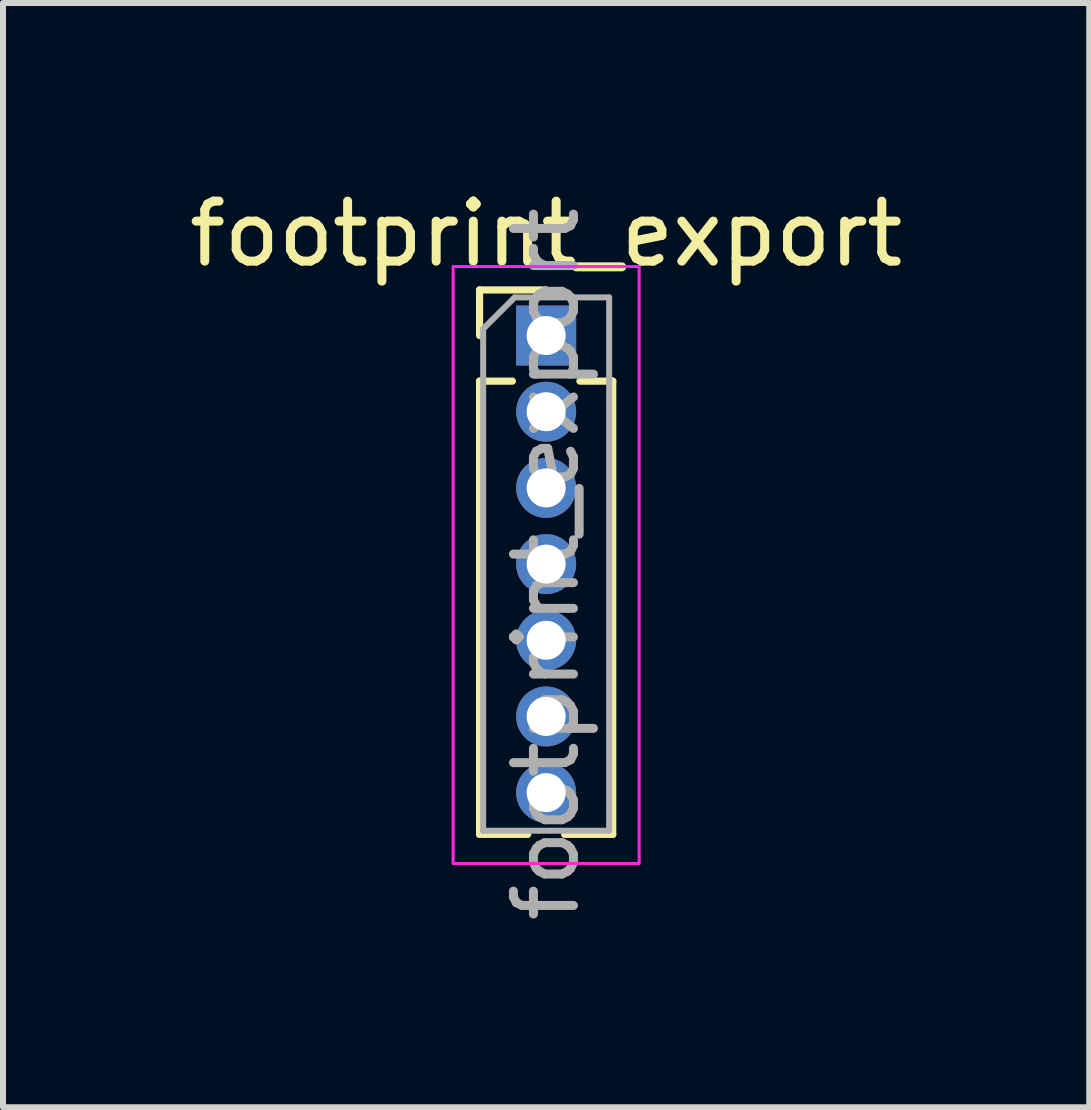
<source format=kicad_pcb>
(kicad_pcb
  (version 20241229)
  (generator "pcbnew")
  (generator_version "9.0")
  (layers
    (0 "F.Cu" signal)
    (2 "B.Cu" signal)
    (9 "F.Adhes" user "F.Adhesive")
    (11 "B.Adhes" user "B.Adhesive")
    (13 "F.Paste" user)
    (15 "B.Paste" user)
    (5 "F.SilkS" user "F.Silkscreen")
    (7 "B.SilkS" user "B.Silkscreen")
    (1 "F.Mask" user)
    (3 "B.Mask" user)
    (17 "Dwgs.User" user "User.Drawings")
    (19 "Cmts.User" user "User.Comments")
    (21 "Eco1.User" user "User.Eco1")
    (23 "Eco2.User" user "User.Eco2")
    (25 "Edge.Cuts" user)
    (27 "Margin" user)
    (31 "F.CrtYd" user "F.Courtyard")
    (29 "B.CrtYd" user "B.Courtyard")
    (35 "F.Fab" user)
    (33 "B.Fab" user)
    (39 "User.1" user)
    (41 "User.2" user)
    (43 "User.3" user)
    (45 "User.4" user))
  (footprint "footprint_export"
    (layer "F.Cu")
    (at 6.054 2.543)
    (property "Reference" "footprint_export" (at 0 -1.695 0) (layer "F.SilkS") (effects (font (size 1 1) (thickness 0.15))))
    (attr through_hole)
    (fp_line (start -1.11 -0.76) (end 0 -0.76) (stroke (width 0.12) (type solid)) (layer "F.SilkS"))
    (fp_line (start -1.11 0) (end -1.11 -0.76) (stroke (width 0.12) (type solid)) (layer "F.SilkS"))
    (fp_line (start -1.11 0.76) (end -1.11 8.315) (stroke (width 0.12) (type solid)) (layer "F.SilkS"))
    (fp_line (start -1.11 0.76) (end -0.563 0.76) (stroke (width 0.12) (type solid)) (layer "F.SilkS"))
    (fp_line (start -1.11 8.315) (end -0.308 8.315) (stroke (width 0.12) (type solid)) (layer "F.SilkS"))
    (fp_line (start 0.308 8.315) (end 1.11 8.315) (stroke (width 0.12) (type solid)) (layer "F.SilkS"))
    (fp_line (start 0.563 0.76) (end 1.11 0.76) (stroke (width 0.12) (type solid)) (layer "F.SilkS"))
    (fp_line (start 1.11 0.76) (end 1.11 8.315) (stroke (width 0.12) (type solid)) (layer "F.SilkS"))
    (fp_line (start -1.55 -1.15) (end -1.55 8.8) (stroke (width 0.05) (type solid)) (layer "F.CrtYd"))
    (fp_line (start -1.55 8.8) (end 1.55 8.8) (stroke (width 0.05) (type solid)) (layer "F.CrtYd"))
    (fp_line (start 1.55 -1.15) (end -1.55 -1.15) (stroke (width 0.05) (type solid)) (layer "F.CrtYd"))
    (fp_line (start 1.55 8.8) (end 1.55 -1.15) (stroke (width 0.05) (type solid)) (layer "F.CrtYd"))
    (fp_line (start -1.05 -0.11) (end -0.525 -0.635) (stroke (width 0.1) (type solid)) (layer "F.Fab"))
    (fp_line (start -1.05 8.255) (end -1.05 -0.11) (stroke (width 0.1) (type solid)) (layer "F.Fab"))
    (fp_line (start -0.525 -0.635) (end 1.05 -0.635) (stroke (width 0.1) (type solid)) (layer "F.Fab"))
    (fp_line (start 1.05 -0.635) (end 1.05 8.255) (stroke (width 0.1) (type solid)) (layer "F.Fab"))
    (fp_line (start 1.05 8.255) (end -1.05 8.255) (stroke (width 0.1) (type solid)) (layer "F.Fab"))
    (fp_text user "${REFERENCE}" (at 0 3.81 90) (layer "F.Fab") (effects (font (size 1 1) (thickness 0.15))))
    (pad "1" thru_hole rect (at 0 0) (size 1 1) (drill 0.65) (layers "*.Cu" "*.Mask"))
    (pad "2" thru_hole oval (at 0 1.27) (size 1 1) (drill 0.65) (layers "*.Cu" "*.Mask"))
    (pad "3" thru_hole oval (at 0 2.54) (size 1 1) (drill 0.65) (layers "*.Cu" "*.Mask"))
    (pad "4" thru_hole oval (at 0 3.81) (size 1 1) (drill 0.65) (layers "*.Cu" "*.Mask"))
    (pad "5" thru_hole oval (at 0 5.08) (size 1 1) (drill 0.65) (layers "*.Cu" "*.Mask"))
    (pad "6" thru_hole oval (at 0 6.35) (size 1 1) (drill 0.65) (layers "*.Cu" "*.Mask"))
    (pad "7" thru_hole oval (at 0 7.62) (size 1 1) (drill 0.65) (layers "*.Cu" "*.Mask")))
  (gr_rect
    (start -3 -3)
    (end 15.107 15.407)
    (stroke (width 0.1) (type default))
    (fill no)
    (layer "Edge.Cuts")))
</source>
